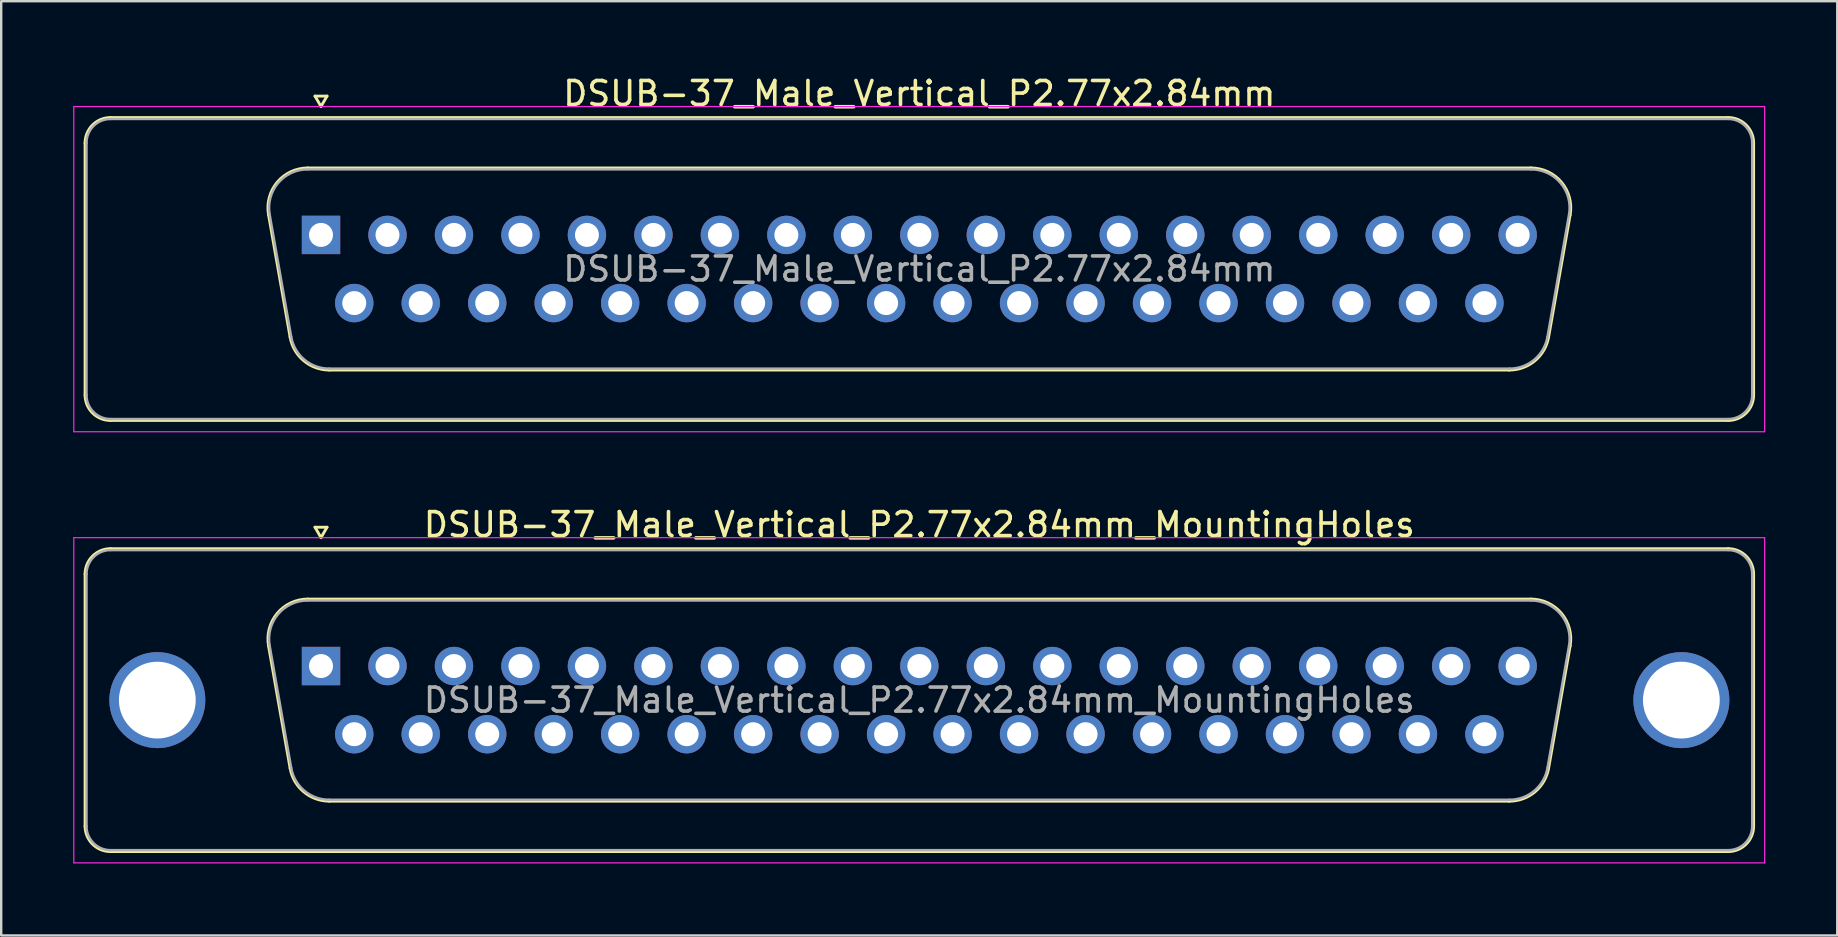
<source format=kicad_pcb>
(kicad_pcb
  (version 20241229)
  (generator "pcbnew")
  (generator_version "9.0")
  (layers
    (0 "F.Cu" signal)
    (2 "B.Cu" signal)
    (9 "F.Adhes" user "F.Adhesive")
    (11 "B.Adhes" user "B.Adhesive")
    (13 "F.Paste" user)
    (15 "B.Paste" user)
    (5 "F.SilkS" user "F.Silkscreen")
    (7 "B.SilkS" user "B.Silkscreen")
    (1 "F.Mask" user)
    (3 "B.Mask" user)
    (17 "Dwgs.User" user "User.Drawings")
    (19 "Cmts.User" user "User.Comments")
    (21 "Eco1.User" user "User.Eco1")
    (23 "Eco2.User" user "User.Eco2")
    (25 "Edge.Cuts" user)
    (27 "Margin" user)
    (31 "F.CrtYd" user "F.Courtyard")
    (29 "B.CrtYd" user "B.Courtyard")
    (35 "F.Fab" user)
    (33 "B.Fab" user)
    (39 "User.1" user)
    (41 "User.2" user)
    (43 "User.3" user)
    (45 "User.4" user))
  (footprint "DSUB-37_Male_Vertical_P2.77x2.84mm"
    (layer "F.Cu")
    (at 10.325 6.738)
    (property "Reference" "DSUB-37_Male_Vertical_P2.77x2.84mm" (at 24.93 -5.89 0) (layer "F.SilkS") (effects (font (size 1 1) (thickness 0.15))))
    (attr through_hole)
    (fp_line (start -9.83 6.67) (end -9.83 -3.83) (stroke (width 0.12) (type solid)) (layer "F.SilkS"))
    (fp_line (start -8.77 -4.89) (end 58.63 -4.89) (stroke (width 0.12) (type solid)) (layer "F.SilkS"))
    (fp_line (start -2.186 -0.842) (end -1.287 4.258) (stroke (width 0.12) (type solid)) (layer "F.SilkS"))
    (fp_line (start -0.552 -2.79) (end 50.412 -2.79) (stroke (width 0.12) (type solid)) (layer "F.SilkS"))
    (fp_line (start -0.25 -5.784) (end 0.25 -5.784) (stroke (width 0.12) (type solid)) (layer "F.SilkS"))
    (fp_line (start 0 -5.351) (end -0.25 -5.784) (stroke (width 0.12) (type solid)) (layer "F.SilkS"))
    (fp_line (start 0.25 -5.784) (end 0 -5.351) (stroke (width 0.12) (type solid)) (layer "F.SilkS"))
    (fp_line (start 0.348 5.63) (end 49.512 5.63) (stroke (width 0.12) (type solid)) (layer "F.SilkS"))
    (fp_line (start 52.046 -0.842) (end 51.147 4.258) (stroke (width 0.12) (type solid)) (layer "F.SilkS"))
    (fp_line (start 58.63 7.73) (end -8.77 7.73) (stroke (width 0.12) (type solid)) (layer "F.SilkS"))
    (fp_line (start 59.69 -3.83) (end 59.69 6.67) (stroke (width 0.12) (type solid)) (layer "F.SilkS"))
    (fp_arc (start -9.83 -3.83) (mid -9.519533 -4.579533) (end -8.77 -4.89) (stroke (width 0.12) (type solid)) (layer "F.SilkS"))
    (fp_arc (start -8.77 7.73) (mid -9.519533 7.419533) (end -9.83 6.67) (stroke (width 0.12) (type solid)) (layer "F.SilkS"))
    (fp_arc (start -2.18647 -0.841744) (mid -1.823323 -2.197028) (end -0.551689 -2.79) (stroke (width 0.12) (type solid)) (layer "F.SilkS"))
    (fp_arc (start 0.347579 5.63) (mid -0.719448 5.241634) (end -1.287202 4.258256) (stroke (width 0.12) (type solid)) (layer "F.SilkS"))
    (fp_arc (start 50.411689 -2.79) (mid 51.683323 -2.197027) (end 52.04647 -0.841744) (stroke (width 0.12) (type solid)) (layer "F.SilkS"))
    (fp_arc (start 51.147202 4.258256) (mid 50.579449 5.241634) (end 49.512421 5.63) (stroke (width 0.12) (type solid)) (layer "F.SilkS"))
    (fp_arc (start 58.63 -4.89) (mid 59.379533 -4.579533) (end 59.69 -3.83) (stroke (width 0.12) (type solid)) (layer "F.SilkS"))
    (fp_arc (start 59.69 6.67) (mid 59.379533 7.419533) (end 58.63 7.73) (stroke (width 0.12) (type solid)) (layer "F.SilkS"))
    (fp_line (start -10.3 -5.35) (end -10.3 8.2) (stroke (width 0.05) (type solid)) (layer "F.CrtYd"))
    (fp_line (start -10.3 8.2) (end 60.15 8.2) (stroke (width 0.05) (type solid)) (layer "F.CrtYd"))
    (fp_line (start 60.15 -5.35) (end -10.3 -5.35) (stroke (width 0.05) (type solid)) (layer "F.CrtYd"))
    (fp_line (start 60.15 8.2) (end 60.15 -5.35) (stroke (width 0.05) (type solid)) (layer "F.CrtYd"))
    (fp_line (start -9.77 6.67) (end -9.77 -3.83) (stroke (width 0.1) (type solid)) (layer "F.Fab"))
    (fp_line (start -8.77 -4.83) (end 58.63 -4.83) (stroke (width 0.1) (type solid)) (layer "F.Fab"))
    (fp_line (start -2.139 -0.852) (end -1.24 4.248) (stroke (width 0.1) (type solid)) (layer "F.Fab"))
    (fp_line (start -0.563 -2.73) (end 50.423 -2.73) (stroke (width 0.1) (type solid)) (layer "F.Fab"))
    (fp_line (start 0.336 5.57) (end 49.524 5.57) (stroke (width 0.1) (type solid)) (layer "F.Fab"))
    (fp_line (start 51.999 -0.852) (end 51.1 4.248) (stroke (width 0.1) (type solid)) (layer "F.Fab"))
    (fp_line (start 58.63 7.67) (end -8.77 7.67) (stroke (width 0.1) (type solid)) (layer "F.Fab"))
    (fp_line (start 59.63 -3.83) (end 59.63 6.67) (stroke (width 0.1) (type solid)) (layer "F.Fab"))
    (fp_arc (start -9.77 -3.83) (mid -9.477107 -4.537107) (end -8.77 -4.83) (stroke (width 0.1) (type solid)) (layer "F.Fab"))
    (fp_arc (start -8.77 7.67) (mid -9.477107 7.377107) (end -9.77 6.67) (stroke (width 0.1) (type solid)) (layer "F.Fab"))
    (fp_arc (start -2.138886 -0.852163) (mid -1.788865 -2.15846) (end -0.563194 -2.73) (stroke (width 0.1) (type solid)) (layer "F.Fab"))
    (fp_arc (start 0.336073 5.57) (mid -0.692387 5.195671) (end -1.239619 4.247837) (stroke (width 0.1) (type solid)) (layer "F.Fab"))
    (fp_arc (start 50.423194 -2.73) (mid 51.648865 -2.15846) (end 51.998886 -0.852163) (stroke (width 0.1) (type solid)) (layer "F.Fab"))
    (fp_arc (start 51.099619 4.247837) (mid 50.552387 5.195671) (end 49.523927 5.57) (stroke (width 0.1) (type solid)) (layer "F.Fab"))
    (fp_arc (start 58.63 -4.83) (mid 59.337107 -4.537107) (end 59.63 -3.83) (stroke (width 0.1) (type solid)) (layer "F.Fab"))
    (fp_arc (start 59.63 6.67) (mid 59.337107 7.377107) (end 58.63 7.67) (stroke (width 0.1) (type solid)) (layer "F.Fab"))
    (fp_text user "${REFERENCE}" (at 24.93 1.42 0) (layer "F.Fab") (effects (font (size 1 1) (thickness 0.15))))
    (pad "1" thru_hole rect (at 0 0) (size 1.6 1.6) (drill 1) (layers "*.Cu" "*.Mask"))
    (pad "2" thru_hole circle (at 2.77 0) (size 1.6 1.6) (drill 1) (layers "*.Cu" "*.Mask"))
    (pad "3" thru_hole circle (at 5.54 0) (size 1.6 1.6) (drill 1) (layers "*.Cu" "*.Mask"))
    (pad "4" thru_hole circle (at 8.31 0) (size 1.6 1.6) (drill 1) (layers "*.Cu" "*.Mask"))
    (pad "5" thru_hole circle (at 11.08 0) (size 1.6 1.6) (drill 1) (layers "*.Cu" "*.Mask"))
    (pad "6" thru_hole circle (at 13.85 0) (size 1.6 1.6) (drill 1) (layers "*.Cu" "*.Mask"))
    (pad "7" thru_hole circle (at 16.62 0) (size 1.6 1.6) (drill 1) (layers "*.Cu" "*.Mask"))
    (pad "8" thru_hole circle (at 19.39 0) (size 1.6 1.6) (drill 1) (layers "*.Cu" "*.Mask"))
    (pad "9" thru_hole circle (at 22.16 0) (size 1.6 1.6) (drill 1) (layers "*.Cu" "*.Mask"))
    (pad "10" thru_hole circle (at 24.93 0) (size 1.6 1.6) (drill 1) (layers "*.Cu" "*.Mask"))
    (pad "11" thru_hole circle (at 27.7 0) (size 1.6 1.6) (drill 1) (layers "*.Cu" "*.Mask"))
    (pad "12" thru_hole circle (at 30.47 0) (size 1.6 1.6) (drill 1) (layers "*.Cu" "*.Mask"))
    (pad "13" thru_hole circle (at 33.24 0) (size 1.6 1.6) (drill 1) (layers "*.Cu" "*.Mask"))
    (pad "14" thru_hole circle (at 36.01 0) (size 1.6 1.6) (drill 1) (layers "*.Cu" "*.Mask"))
    (pad "15" thru_hole circle (at 38.78 0) (size 1.6 1.6) (drill 1) (layers "*.Cu" "*.Mask"))
    (pad "16" thru_hole circle (at 41.55 0) (size 1.6 1.6) (drill 1) (layers "*.Cu" "*.Mask"))
    (pad "17" thru_hole circle (at 44.32 0) (size 1.6 1.6) (drill 1) (layers "*.Cu" "*.Mask"))
    (pad "18" thru_hole circle (at 47.09 0) (size 1.6 1.6) (drill 1) (layers "*.Cu" "*.Mask"))
    (pad "19" thru_hole circle (at 49.86 0) (size 1.6 1.6) (drill 1) (layers "*.Cu" "*.Mask"))
    (pad "20" thru_hole circle (at 1.385 2.84) (size 1.6 1.6) (drill 1) (layers "*.Cu" "*.Mask"))
    (pad "21" thru_hole circle (at 4.155 2.84) (size 1.6 1.6) (drill 1) (layers "*.Cu" "*.Mask"))
    (pad "22" thru_hole circle (at 6.925 2.84) (size 1.6 1.6) (drill 1) (layers "*.Cu" "*.Mask"))
    (pad "23" thru_hole circle (at 9.695 2.84) (size 1.6 1.6) (drill 1) (layers "*.Cu" "*.Mask"))
    (pad "24" thru_hole circle (at 12.465 2.84) (size 1.6 1.6) (drill 1) (layers "*.Cu" "*.Mask"))
    (pad "25" thru_hole circle (at 15.235 2.84) (size 1.6 1.6) (drill 1) (layers "*.Cu" "*.Mask"))
    (pad "26" thru_hole circle (at 18.005 2.84) (size 1.6 1.6) (drill 1) (layers "*.Cu" "*.Mask"))
    (pad "27" thru_hole circle (at 20.775 2.84) (size 1.6 1.6) (drill 1) (layers "*.Cu" "*.Mask"))
    (pad "28" thru_hole circle (at 23.545 2.84) (size 1.6 1.6) (drill 1) (layers "*.Cu" "*.Mask"))
    (pad "29" thru_hole circle (at 26.315 2.84) (size 1.6 1.6) (drill 1) (layers "*.Cu" "*.Mask"))
    (pad "30" thru_hole circle (at 29.085 2.84) (size 1.6 1.6) (drill 1) (layers "*.Cu" "*.Mask"))
    (pad "31" thru_hole circle (at 31.855 2.84) (size 1.6 1.6) (drill 1) (layers "*.Cu" "*.Mask"))
    (pad "32" thru_hole circle (at 34.625 2.84) (size 1.6 1.6) (drill 1) (layers "*.Cu" "*.Mask"))
    (pad "33" thru_hole circle (at 37.395 2.84) (size 1.6 1.6) (drill 1) (layers "*.Cu" "*.Mask"))
    (pad "34" thru_hole circle (at 40.165 2.84) (size 1.6 1.6) (drill 1) (layers "*.Cu" "*.Mask"))
    (pad "35" thru_hole circle (at 42.935 2.84) (size 1.6 1.6) (drill 1) (layers "*.Cu" "*.Mask"))
    (pad "36" thru_hole circle (at 45.705 2.84) (size 1.6 1.6) (drill 1) (layers "*.Cu" "*.Mask"))
    (pad "37" thru_hole circle (at 48.475 2.84) (size 1.6 1.6) (drill 1) (layers "*.Cu" "*.Mask")))
  (footprint "DSUB-37_Male_Vertical_P2.77x2.84mm_MountingHoles"
    (layer "F.Cu")
    (at 10.325 24.701)
    (property "Reference" "DSUB-37_Male_Vertical_P2.77x2.84mm_MountingHoles" (at 24.93 -5.89 0) (layer "F.SilkS") (effects (font (size 1 1) (thickness 0.15))))
    (attr through_hole)
    (fp_line (start -9.83 6.67) (end -9.83 -3.83) (stroke (width 0.12) (type solid)) (layer "F.SilkS"))
    (fp_line (start -8.77 -4.89) (end 58.63 -4.89) (stroke (width 0.12) (type solid)) (layer "F.SilkS"))
    (fp_line (start -2.186 -0.842) (end -1.287 4.258) (stroke (width 0.12) (type solid)) (layer "F.SilkS"))
    (fp_line (start -0.552 -2.79) (end 50.412 -2.79) (stroke (width 0.12) (type solid)) (layer "F.SilkS"))
    (fp_line (start -0.25 -5.784) (end 0.25 -5.784) (stroke (width 0.12) (type solid)) (layer "F.SilkS"))
    (fp_line (start 0 -5.351) (end -0.25 -5.784) (stroke (width 0.12) (type solid)) (layer "F.SilkS"))
    (fp_line (start 0.25 -5.784) (end 0 -5.351) (stroke (width 0.12) (type solid)) (layer "F.SilkS"))
    (fp_line (start 0.348 5.63) (end 49.512 5.63) (stroke (width 0.12) (type solid)) (layer "F.SilkS"))
    (fp_line (start 52.046 -0.842) (end 51.147 4.258) (stroke (width 0.12) (type solid)) (layer "F.SilkS"))
    (fp_line (start 58.63 7.73) (end -8.77 7.73) (stroke (width 0.12) (type solid)) (layer "F.SilkS"))
    (fp_line (start 59.69 -3.83) (end 59.69 6.67) (stroke (width 0.12) (type solid)) (layer "F.SilkS"))
    (fp_arc (start -9.83 -3.83) (mid -9.519533 -4.579533) (end -8.77 -4.89) (stroke (width 0.12) (type solid)) (layer "F.SilkS"))
    (fp_arc (start -8.77 7.73) (mid -9.519533 7.419533) (end -9.83 6.67) (stroke (width 0.12) (type solid)) (layer "F.SilkS"))
    (fp_arc (start -2.18647 -0.841744) (mid -1.823323 -2.197028) (end -0.551689 -2.79) (stroke (width 0.12) (type solid)) (layer "F.SilkS"))
    (fp_arc (start 0.347579 5.63) (mid -0.719448 5.241634) (end -1.287202 4.258256) (stroke (width 0.12) (type solid)) (layer "F.SilkS"))
    (fp_arc (start 50.411689 -2.79) (mid 51.683323 -2.197027) (end 52.04647 -0.841744) (stroke (width 0.12) (type solid)) (layer "F.SilkS"))
    (fp_arc (start 51.147202 4.258256) (mid 50.579449 5.241634) (end 49.512421 5.63) (stroke (width 0.12) (type solid)) (layer "F.SilkS"))
    (fp_arc (start 58.63 -4.89) (mid 59.379533 -4.579533) (end 59.69 -3.83) (stroke (width 0.12) (type solid)) (layer "F.SilkS"))
    (fp_arc (start 59.69 6.67) (mid 59.379533 7.419533) (end 58.63 7.73) (stroke (width 0.12) (type solid)) (layer "F.SilkS"))
    (fp_line (start -10.3 -5.35) (end -10.3 8.2) (stroke (width 0.05) (type solid)) (layer "F.CrtYd"))
    (fp_line (start -10.3 8.2) (end 60.15 8.2) (stroke (width 0.05) (type solid)) (layer "F.CrtYd"))
    (fp_line (start 60.15 -5.35) (end -10.3 -5.35) (stroke (width 0.05) (type solid)) (layer "F.CrtYd"))
    (fp_line (start 60.15 8.2) (end 60.15 -5.35) (stroke (width 0.05) (type solid)) (layer "F.CrtYd"))
    (fp_line (start -9.77 6.67) (end -9.77 -3.83) (stroke (width 0.1) (type solid)) (layer "F.Fab"))
    (fp_line (start -8.77 -4.83) (end 58.63 -4.83) (stroke (width 0.1) (type solid)) (layer "F.Fab"))
    (fp_line (start -2.139 -0.852) (end -1.24 4.248) (stroke (width 0.1) (type solid)) (layer "F.Fab"))
    (fp_line (start -0.563 -2.73) (end 50.423 -2.73) (stroke (width 0.1) (type solid)) (layer "F.Fab"))
    (fp_line (start 0.336 5.57) (end 49.524 5.57) (stroke (width 0.1) (type solid)) (layer "F.Fab"))
    (fp_line (start 51.999 -0.852) (end 51.1 4.248) (stroke (width 0.1) (type solid)) (layer "F.Fab"))
    (fp_line (start 58.63 7.67) (end -8.77 7.67) (stroke (width 0.1) (type solid)) (layer "F.Fab"))
    (fp_line (start 59.63 -3.83) (end 59.63 6.67) (stroke (width 0.1) (type solid)) (layer "F.Fab"))
    (fp_arc (start -9.77 -3.83) (mid -9.477107 -4.537107) (end -8.77 -4.83) (stroke (width 0.1) (type solid)) (layer "F.Fab"))
    (fp_arc (start -8.77 7.67) (mid -9.477107 7.377107) (end -9.77 6.67) (stroke (width 0.1) (type solid)) (layer "F.Fab"))
    (fp_arc (start -2.138886 -0.852163) (mid -1.788865 -2.15846) (end -0.563194 -2.73) (stroke (width 0.1) (type solid)) (layer "F.Fab"))
    (fp_arc (start 0.336073 5.57) (mid -0.692387 5.195671) (end -1.239619 4.247837) (stroke (width 0.1) (type solid)) (layer "F.Fab"))
    (fp_arc (start 50.423194 -2.73) (mid 51.648865 -2.15846) (end 51.998886 -0.852163) (stroke (width 0.1) (type solid)) (layer "F.Fab"))
    (fp_arc (start 51.099619 4.247837) (mid 50.552387 5.195671) (end 49.523927 5.57) (stroke (width 0.1) (type solid)) (layer "F.Fab"))
    (fp_arc (start 58.63 -4.83) (mid 59.337107 -4.537107) (end 59.63 -3.83) (stroke (width 0.1) (type solid)) (layer "F.Fab"))
    (fp_arc (start 59.63 6.67) (mid 59.337107 7.377107) (end 58.63 7.67) (stroke (width 0.1) (type solid)) (layer "F.Fab"))
    (fp_text user "${REFERENCE}" (at 24.93 1.42 0) (layer "F.Fab") (effects (font (size 1 1) (thickness 0.15))))
    (pad "0" thru_hole circle (at -6.82 1.42) (size 4 4) (drill 3.2) (layers "*.Cu" "*.Mask"))
    (pad "0" thru_hole circle (at 56.68 1.42) (size 4 4) (drill 3.2) (layers "*.Cu" "*.Mask"))
    (pad "1" thru_hole rect (at 0 0) (size 1.6 1.6) (drill 1) (layers "*.Cu" "*.Mask"))
    (pad "2" thru_hole circle (at 2.77 0) (size 1.6 1.6) (drill 1) (layers "*.Cu" "*.Mask"))
    (pad "3" thru_hole circle (at 5.54 0) (size 1.6 1.6) (drill 1) (layers "*.Cu" "*.Mask"))
    (pad "4" thru_hole circle (at 8.31 0) (size 1.6 1.6) (drill 1) (layers "*.Cu" "*.Mask"))
    (pad "5" thru_hole circle (at 11.08 0) (size 1.6 1.6) (drill 1) (layers "*.Cu" "*.Mask"))
    (pad "6" thru_hole circle (at 13.85 0) (size 1.6 1.6) (drill 1) (layers "*.Cu" "*.Mask"))
    (pad "7" thru_hole circle (at 16.62 0) (size 1.6 1.6) (drill 1) (layers "*.Cu" "*.Mask"))
    (pad "8" thru_hole circle (at 19.39 0) (size 1.6 1.6) (drill 1) (layers "*.Cu" "*.Mask"))
    (pad "9" thru_hole circle (at 22.16 0) (size 1.6 1.6) (drill 1) (layers "*.Cu" "*.Mask"))
    (pad "10" thru_hole circle (at 24.93 0) (size 1.6 1.6) (drill 1) (layers "*.Cu" "*.Mask"))
    (pad "11" thru_hole circle (at 27.7 0) (size 1.6 1.6) (drill 1) (layers "*.Cu" "*.Mask"))
    (pad "12" thru_hole circle (at 30.47 0) (size 1.6 1.6) (drill 1) (layers "*.Cu" "*.Mask"))
    (pad "13" thru_hole circle (at 33.24 0) (size 1.6 1.6) (drill 1) (layers "*.Cu" "*.Mask"))
    (pad "14" thru_hole circle (at 36.01 0) (size 1.6 1.6) (drill 1) (layers "*.Cu" "*.Mask"))
    (pad "15" thru_hole circle (at 38.78 0) (size 1.6 1.6) (drill 1) (layers "*.Cu" "*.Mask"))
    (pad "16" thru_hole circle (at 41.55 0) (size 1.6 1.6) (drill 1) (layers "*.Cu" "*.Mask"))
    (pad "17" thru_hole circle (at 44.32 0) (size 1.6 1.6) (drill 1) (layers "*.Cu" "*.Mask"))
    (pad "18" thru_hole circle (at 47.09 0) (size 1.6 1.6) (drill 1) (layers "*.Cu" "*.Mask"))
    (pad "19" thru_hole circle (at 49.86 0) (size 1.6 1.6) (drill 1) (layers "*.Cu" "*.Mask"))
    (pad "20" thru_hole circle (at 1.385 2.84) (size 1.6 1.6) (drill 1) (layers "*.Cu" "*.Mask"))
    (pad "21" thru_hole circle (at 4.155 2.84) (size 1.6 1.6) (drill 1) (layers "*.Cu" "*.Mask"))
    (pad "22" thru_hole circle (at 6.925 2.84) (size 1.6 1.6) (drill 1) (layers "*.Cu" "*.Mask"))
    (pad "23" thru_hole circle (at 9.695 2.84) (size 1.6 1.6) (drill 1) (layers "*.Cu" "*.Mask"))
    (pad "24" thru_hole circle (at 12.465 2.84) (size 1.6 1.6) (drill 1) (layers "*.Cu" "*.Mask"))
    (pad "25" thru_hole circle (at 15.235 2.84) (size 1.6 1.6) (drill 1) (layers "*.Cu" "*.Mask"))
    (pad "26" thru_hole circle (at 18.005 2.84) (size 1.6 1.6) (drill 1) (layers "*.Cu" "*.Mask"))
    (pad "27" thru_hole circle (at 20.775 2.84) (size 1.6 1.6) (drill 1) (layers "*.Cu" "*.Mask"))
    (pad "28" thru_hole circle (at 23.545 2.84) (size 1.6 1.6) (drill 1) (layers "*.Cu" "*.Mask"))
    (pad "29" thru_hole circle (at 26.315 2.84) (size 1.6 1.6) (drill 1) (layers "*.Cu" "*.Mask"))
    (pad "30" thru_hole circle (at 29.085 2.84) (size 1.6 1.6) (drill 1) (layers "*.Cu" "*.Mask"))
    (pad "31" thru_hole circle (at 31.855 2.84) (size 1.6 1.6) (drill 1) (layers "*.Cu" "*.Mask"))
    (pad "32" thru_hole circle (at 34.625 2.84) (size 1.6 1.6) (drill 1) (layers "*.Cu" "*.Mask"))
    (pad "33" thru_hole circle (at 37.395 2.84) (size 1.6 1.6) (drill 1) (layers "*.Cu" "*.Mask"))
    (pad "34" thru_hole circle (at 40.165 2.84) (size 1.6 1.6) (drill 1) (layers "*.Cu" "*.Mask"))
    (pad "35" thru_hole circle (at 42.935 2.84) (size 1.6 1.6) (drill 1) (layers "*.Cu" "*.Mask"))
    (pad "36" thru_hole circle (at 45.705 2.84) (size 1.6 1.6) (drill 1) (layers "*.Cu" "*.Mask"))
    (pad "37" thru_hole circle (at 48.475 2.84) (size 1.6 1.6) (drill 1) (layers "*.Cu" "*.Mask")))
  (gr_rect
    (start -3 -3)
    (end 73.5 35.926)
    (stroke (width 0.1) (type default))
    (fill no)
    (layer "Edge.Cuts")))
</source>
